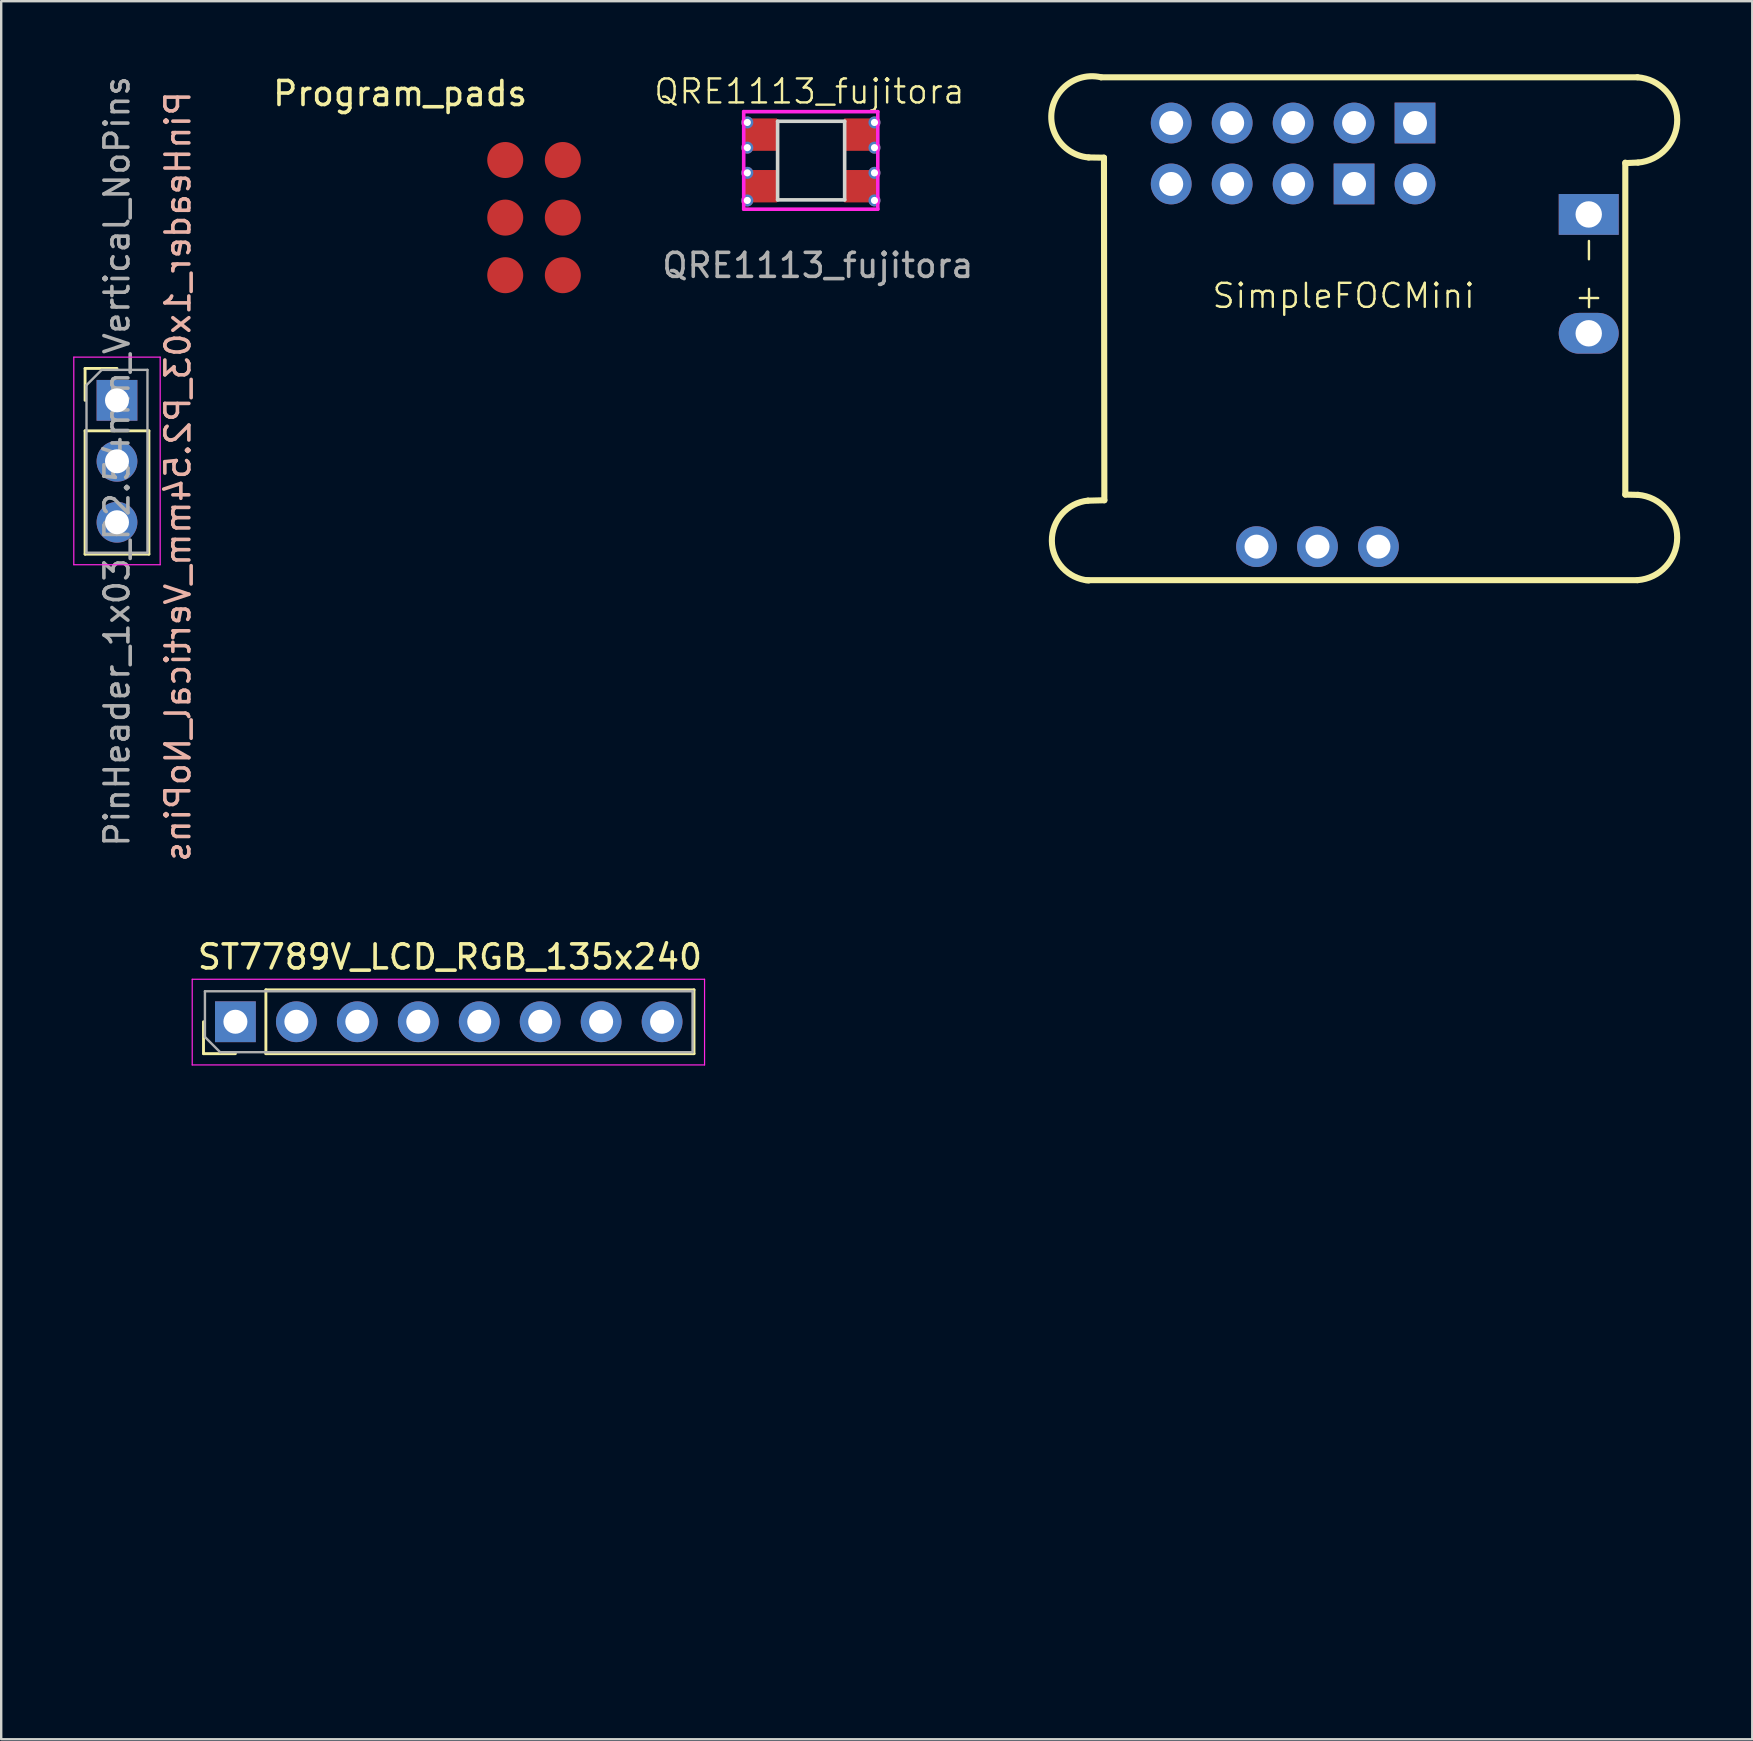
<source format=kicad_pcb>
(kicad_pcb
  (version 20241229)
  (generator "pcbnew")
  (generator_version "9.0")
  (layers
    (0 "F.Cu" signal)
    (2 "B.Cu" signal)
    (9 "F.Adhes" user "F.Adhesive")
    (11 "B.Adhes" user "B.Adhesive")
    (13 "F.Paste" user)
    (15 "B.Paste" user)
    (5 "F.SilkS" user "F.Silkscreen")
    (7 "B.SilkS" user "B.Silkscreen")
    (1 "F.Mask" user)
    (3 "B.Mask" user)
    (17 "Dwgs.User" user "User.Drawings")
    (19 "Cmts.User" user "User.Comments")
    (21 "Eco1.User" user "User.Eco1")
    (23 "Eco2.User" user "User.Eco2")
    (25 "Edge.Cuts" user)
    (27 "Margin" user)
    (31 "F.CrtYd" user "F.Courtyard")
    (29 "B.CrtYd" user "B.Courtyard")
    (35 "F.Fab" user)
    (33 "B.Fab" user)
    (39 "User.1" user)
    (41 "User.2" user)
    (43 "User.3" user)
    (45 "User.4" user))
  (footprint "ST7789V_LCD_RGB_135x240"
    (layer "F.Cu")
    (at 15.7 41.828)
    (property "Reference" "ST7789V_LCD_RGB_135x240" (at 0 -5 180) (layer "F.SilkS") (effects (font (size 1 1) (thickness 0.15))))
    (attr through_hole)
    (fp_line (start -10.27 -0.97) (end -10.27 -2.3) (stroke (width 0.12) (type solid)) (layer "F.SilkS"))
    (fp_line (start -8.94 -0.97) (end -10.27 -0.97) (stroke (width 0.12) (type solid)) (layer "F.SilkS"))
    (fp_line (start -7.67 -3.63) (end 10.17 -3.63) (stroke (width 0.12) (type solid)) (layer "F.SilkS"))
    (fp_line (start -7.67 -0.97) (end -7.67 -3.63) (stroke (width 0.12) (type solid)) (layer "F.SilkS"))
    (fp_line (start -7.67 -0.97) (end 10.17 -0.97) (stroke (width 0.12) (type solid)) (layer "F.SilkS"))
    (fp_line (start 10.17 -0.97) (end 10.17 -3.63) (stroke (width 0.12) (type solid)) (layer "F.SilkS"))
    (fp_line (start -10.74 -4.07) (end -10.74 -0.5) (stroke (width 0.05) (type solid)) (layer "F.CrtYd"))
    (fp_line (start -10.74 -0.5) (end 10.61 -0.5) (stroke (width 0.05) (type solid)) (layer "F.CrtYd"))
    (fp_line (start 10.61 -4.07) (end -10.74 -4.07) (stroke (width 0.05) (type solid)) (layer "F.CrtYd"))
    (fp_line (start 10.61 -0.5) (end 10.61 -4.07) (stroke (width 0.05) (type solid)) (layer "F.CrtYd"))
    (fp_line (start -10.21 -3.57) (end 10.11 -3.57) (stroke (width 0.1) (type solid)) (layer "F.Fab"))
    (fp_line (start -10.21 -1.665) (end -10.21 -3.57) (stroke (width 0.1) (type solid)) (layer "F.Fab"))
    (fp_line (start -9.575 -1.03) (end -10.21 -1.665) (stroke (width 0.1) (type solid)) (layer "F.Fab"))
    (fp_line (start 10.11 -3.57) (end 10.11 -1.03) (stroke (width 0.1) (type solid)) (layer "F.Fab"))
    (fp_line (start 10.11 -1.03) (end -9.575 -1.03) (stroke (width 0.1) (type solid)) (layer "F.Fab"))
    (fp_rect (start -15.65 -4.05) (end 15.65 24.55) (stroke (width 0.1) (type default)) (fill no) (layer "User.1"))
    (pad "1" thru_hole rect (at -8.94 -2.3 90) (size 1.7 1.7) (drill 1) (layers "*.Cu" "*.Mask"))
    (pad "2" thru_hole oval (at -6.4 -2.3 90) (size 1.7 1.7) (drill 1) (layers "*.Cu" "*.Mask"))
    (pad "3" thru_hole oval (at -3.86 -2.3 90) (size 1.7 1.7) (drill 1) (layers "*.Cu" "*.Mask"))
    (pad "4" thru_hole oval (at -1.32 -2.3 90) (size 1.7 1.7) (drill 1) (layers "*.Cu" "*.Mask"))
    (pad "5" thru_hole oval (at 1.22 -2.3 90) (size 1.7 1.7) (drill 1) (layers "*.Cu" "*.Mask"))
    (pad "6" thru_hole oval (at 3.76 -2.3 90) (size 1.7 1.7) (drill 1) (layers "*.Cu" "*.Mask"))
    (pad "7" thru_hole oval (at 6.3 -2.3 90) (size 1.7 1.7) (drill 1) (layers "*.Cu" "*.Mask"))
    (pad "8" thru_hole oval (at 8.84 -2.3 90) (size 1.7 1.7) (drill 1) (layers "*.Cu" "*.Mask")))
  (footprint "PinHeader_1x03_P2.54mm_Vertical_NoPins"
    (layer "F.Cu")
    (at 1.825 13.633)
    (property "Reference" "PinHeader_1x03_P2.54mm_Vertical_NoPins" (at 2.54 3.175 90) (layer "B.SilkS") (effects (font (size 1 1) (thickness 0.15)) (justify mirror)))
    (attr through_hole)
    (fp_line (start -1.33 -1.33) (end 0 -1.33) (stroke (width 0.12) (type solid)) (layer "F.SilkS"))
    (fp_line (start -1.33 0) (end -1.33 -1.33) (stroke (width 0.12) (type solid)) (layer "F.SilkS"))
    (fp_line (start -1.33 1.27) (end -1.33 6.41) (stroke (width 0.12) (type solid)) (layer "F.SilkS"))
    (fp_line (start -1.33 1.27) (end 1.33 1.27) (stroke (width 0.12) (type solid)) (layer "F.SilkS"))
    (fp_line (start -1.33 6.41) (end 1.33 6.41) (stroke (width 0.12) (type solid)) (layer "F.SilkS"))
    (fp_line (start 1.33 1.27) (end 1.33 6.41) (stroke (width 0.12) (type solid)) (layer "F.SilkS"))
    (fp_line (start -1.8 -1.8) (end -1.8 6.85) (stroke (width 0.05) (type solid)) (layer "F.CrtYd"))
    (fp_line (start -1.8 6.85) (end 1.8 6.85) (stroke (width 0.05) (type solid)) (layer "F.CrtYd"))
    (fp_line (start 1.8 -1.8) (end -1.8 -1.8) (stroke (width 0.05) (type solid)) (layer "F.CrtYd"))
    (fp_line (start 1.8 6.85) (end 1.8 -1.8) (stroke (width 0.05) (type solid)) (layer "F.CrtYd"))
    (fp_line (start -1.27 -0.635) (end -0.635 -1.27) (stroke (width 0.1) (type solid)) (layer "F.Fab"))
    (fp_line (start -1.27 6.35) (end -1.27 -0.635) (stroke (width 0.1) (type solid)) (layer "F.Fab"))
    (fp_line (start -0.635 -1.27) (end 1.27 -1.27) (stroke (width 0.1) (type solid)) (layer "F.Fab"))
    (fp_line (start 1.27 -1.27) (end 1.27 6.35) (stroke (width 0.1) (type solid)) (layer "F.Fab"))
    (fp_line (start 1.27 6.35) (end -1.27 6.35) (stroke (width 0.1) (type solid)) (layer "F.Fab"))
    (fp_text user "${REFERENCE}" (at 0 2.54 90) (layer "F.Fab") (effects (font (size 1 1) (thickness 0.15))))
    (pad "1" thru_hole rect (at 0 0) (size 1.7 1.7) (drill 1) (layers "*.Cu" "*.Mask"))
    (pad "2" thru_hole oval (at 0 2.54) (size 1.7 1.7) (drill 1) (layers "*.Cu" "*.Mask"))
    (pad "3" thru_hole oval (at 0 5.08) (size 1.7 1.7) (drill 1) (layers "*.Cu" "*.Mask")))
  (footprint "Program_pads"
    (layer "F.Cu")
    (at 18.004 3.618)
    (property "Reference" "Program_pads" (at -4.38 -2.77 180) (layer "F.SilkS") (effects (font (size 1 1) (thickness 0.15))))
    (attr through_hole)
    (pad "1" smd circle (at 0 0) (size 1.5 1.5) (layers "F.Cu" "F.Mask" "F.Paste"))
    (pad "2" smd circle (at 0 2.4) (size 1.5 1.5) (layers "F.Cu" "F.Mask" "F.Paste"))
    (pad "3" smd circle (at 0 4.8) (size 1.5 1.5) (layers "F.Cu" "F.Mask" "F.Paste"))
    (pad "4" smd circle (at 2.4 0) (size 1.5 1.5) (layers "F.Cu" "F.Mask" "F.Paste"))
    (pad "5" smd circle (at 2.4 2.4) (size 1.5 1.5) (layers "F.Cu" "F.Mask" "F.Paste"))
    (pad "6" smd circle (at 2.4 4.8) (size 1.5 1.5) (layers "F.Cu" "F.Mask" "F.Paste")))
  (footprint "SimpleFOCMini"
    (layer "F.Cu")
    (at 52.942 9.778)
    (property "Reference" "SimpleFOCMini" (at 0 -0.5 0) (unlocked yes) (layer "F.SilkS") (effects (font (size 1 1) (thickness 0.1))))
    (attr through_hole)
    (fp_line (start -10.742 11.348) (end 12.245 11.348) (stroke (width 0.254) (type solid)) (layer "F.SilkS"))
    (fp_line (start -10.653 8.036) (end -9.972 8.018) (stroke (width 0.254) (type solid)) (layer "F.SilkS"))
    (fp_line (start -10.628 -6.267) (end -9.988 -6.257) (stroke (width 0.254) (type solid)) (layer "F.SilkS"))
    (fp_line (start -9.988 -6.257) (end -9.972 8.018) (stroke (width 0.254) (type solid)) (layer "F.SilkS"))
    (fp_line (start 11.737 -6.051) (end 11.737 7.782) (stroke (width 0.254) (type solid)) (layer "F.SilkS"))
    (fp_line (start 12.245 -9.607) (end -10.107 -9.607) (stroke (width 0.254) (type solid)) (layer "F.SilkS"))
    (fp_line (start 12.265 -6.054) (end 11.737 -6.031) (stroke (width 0.254) (type solid)) (layer "F.SilkS"))
    (fp_line (start 12.265 7.795) (end 11.737 7.782) (stroke (width 0.254) (type solid)) (layer "F.SilkS"))
    (fp_arc (start -10.629498 -6.26741) (mid -12.163016 -8.218305) (end -10.107059 -9.607805) (stroke (width 0.254) (type solid)) (layer "F.SilkS"))
    (fp_arc (start -10.627498 11.36159) (mid -12.159237 9.710071) (end -10.654348 8.03405) (stroke (width 0.254) (type solid)) (layer "F.SilkS"))
    (fp_arc (start 12.244502 -9.60741) (mid 13.899999 -7.84) (end 12.265618 -6.053044) (stroke (width 0.254) (type solid)) (layer "F.SilkS"))
    (fp_arc (start 12.265502 7.79359) (mid 13.899625 9.580092) (end 12.24456 11.347211) (stroke (width 0.254) (type solid)) (layer "F.SilkS"))
    (fp_text user "+" (at 9.54 0.1 0) (unlocked yes) (layer "F.SilkS") (effects (font (size 1 1) (thickness 0.1)) (justify left bottom)))
    (fp_text user "-" (at 10.73 -1.72 90) (unlocked yes) (layer "F.SilkS") (effects (font (size 1 1) (thickness 0.1)) (justify left bottom)))
    (pad "1" thru_hole circle (at -3.63 9.951 180) (size 1.7 1.7) (drill 1) (layers "*.Cu" "*.Mask"))
    (pad "2" thru_hole circle (at -1.09 9.951 180) (size 1.7 1.7) (drill 1) (layers "*.Cu" "*.Mask"))
    (pad "3" thru_hole circle (at 1.45 9.951 180) (size 1.7 1.7) (drill 1) (layers "*.Cu" "*.Mask"))
    (pad "4" thru_hole oval (at 10.213 1.061 90) (size 1.7 2.5) (drill 1.1) (layers "*.Cu" "*.Mask"))
    (pad "5" thru_hole rect (at 10.213 -3.892 90) (size 1.7 2.5) (drill 1.1) (layers "*.Cu" "*.Mask"))
    (pad "6" thru_hole circle (at -7.186 -7.702 180) (size 1.7 1.7) (drill 1) (layers "*.Cu" "*.Mask"))
    (pad "7" thru_hole circle (at -4.646 -7.702 180) (size 1.7 1.7) (drill 1) (layers "*.Cu" "*.Mask"))
    (pad "8" thru_hole circle (at -2.106 -7.702 180) (size 1.7 1.7) (drill 1) (layers "*.Cu" "*.Mask"))
    (pad "9" thru_hole circle (at 0.434 -7.702 180) (size 1.7 1.7) (drill 1) (layers "*.Cu" "*.Mask"))
    (pad "10" thru_hole rect (at 2.974 -7.702 90) (size 1.7 1.7) (drill 1) (layers "*.Cu" "*.Mask"))
    (pad "11" thru_hole circle (at -7.186 -5.162 180) (size 1.7 1.7) (drill 1) (layers "*.Cu" "*.Mask"))
    (pad "12" thru_hole circle (at -4.646 -5.162 180) (size 1.7 1.7) (drill 1) (layers "*.Cu" "*.Mask"))
    (pad "13" thru_hole circle (at -2.106 -5.162 180) (size 1.7 1.7) (drill 1) (layers "*.Cu" "*.Mask"))
    (pad "14" thru_hole rect (at 0.434 -5.162 180) (size 1.7 1.7) (drill 1) (layers "*.Cu" "*.Mask"))
    (pad "15" thru_hole circle (at 2.974 -5.162 180) (size 1.7 1.7) (drill 1) (layers "*.Cu" "*.Mask")))
  (footprint "QRE1113_fujitora"
    (layer "F.Cu")
    (at 27.83 5.71)
    (property "Reference" "QRE1113_fujitora" (at 2.85 -4.95 0) (unlocked yes) (layer "F.SilkS") (effects (font (size 1 1) (thickness 0.1))))
    (attr smd)
    (fp_line (start 1.524 -3.708) (end 4.318 -3.708) (stroke (width 0.15) (type solid)) (layer "Edge.Cuts"))
    (fp_line (start 1.524 -0.432) (end 1.524 -3.708) (stroke (width 0.15) (type solid)) (layer "Edge.Cuts"))
    (fp_line (start 4.318 -3.708) (end 4.318 -0.432) (stroke (width 0.15) (type solid)) (layer "Edge.Cuts"))
    (fp_line (start 4.318 -0.432) (end 1.524 -0.432) (stroke (width 0.15) (type solid)) (layer "Edge.Cuts"))
    (fp_line (start 0.111 -4.107) (end 0.111 -0.043) (stroke (width 0.15) (type solid)) (layer "F.CrtYd"))
    (fp_line (start 0.111 -0.043) (end 5.699 -0.043) (stroke (width 0.15) (type solid)) (layer "F.CrtYd"))
    (fp_line (start 5.699 -4.107) (end 0.111 -4.107) (stroke (width 0.15) (type solid)) (layer "F.CrtYd"))
    (fp_line (start 5.699 -0.043) (end 5.699 -4.107) (stroke (width 0.15) (type solid)) (layer "F.CrtYd"))
    (fp_text user "${REFERENCE}" (at 3.2 2.3 0) (unlocked yes) (layer "F.Fab") (effects (font (size 1 1) (thickness 0.15))))
    (pad "1" thru_hole circle (at 0.261 -3.657 180) (size 0.5 0.5) (drill 0.3) (layers "*.Cu" "*.Mask"))
    (pad "1" thru_hole circle (at 0.261 -2.607 180) (size 0.5 0.5) (drill 0.3) (layers "*.Cu" "*.Mask"))
    (pad "1" smd rect (at 0.828 -3.15 180) (size 1.345 1.35) (layers "F.Cu" "F.Mask" "F.Paste"))
    (pad "2" smd rect (at 4.978 -3.15 180) (size 1.355 1.35) (layers "F.Cu" "F.Mask" "F.Paste"))
    (pad "2" thru_hole circle (at 5.561 -3.657 180) (size 0.5 0.5) (drill 0.3) (layers "*.Cu" "*.Mask"))
    (pad "2" thru_hole circle (at 5.561 -2.607 180) (size 0.5 0.5) (drill 0.3) (layers "*.Cu" "*.Mask"))
    (pad "3" smd rect (at 4.978 -1 180) (size 1.355 1.35) (layers "F.Cu" "F.Mask" "F.Paste"))
    (pad "3" thru_hole circle (at 5.561 -1.557 180) (size 0.5 0.5) (drill 0.3) (layers "*.Cu" "*.Mask"))
    (pad "3" thru_hole circle (at 5.561 -0.407 180) (size 0.5 0.5) (drill 0.3) (layers "*.Cu" "*.Mask"))
    (pad "4" thru_hole circle (at 0.261 -1.557 180) (size 0.5 0.5) (drill 0.3) (layers "*.Cu" "*.Mask"))
    (pad "4" thru_hole circle (at 0.261 -0.407 180) (size 0.5 0.5) (drill 0.3) (layers "*.Cu" "*.Mask"))
    (pad "4" smd rect (at 0.828 -1 180) (size 1.345 1.35) (layers "F.Cu" "F.Mask" "F.Paste")))
  (gr_rect
    (start -3 -3)
    (end 69.969 69.428)
    (stroke (width 0.1) (type default))
    (fill no)
    (layer "Edge.Cuts")))
</source>
